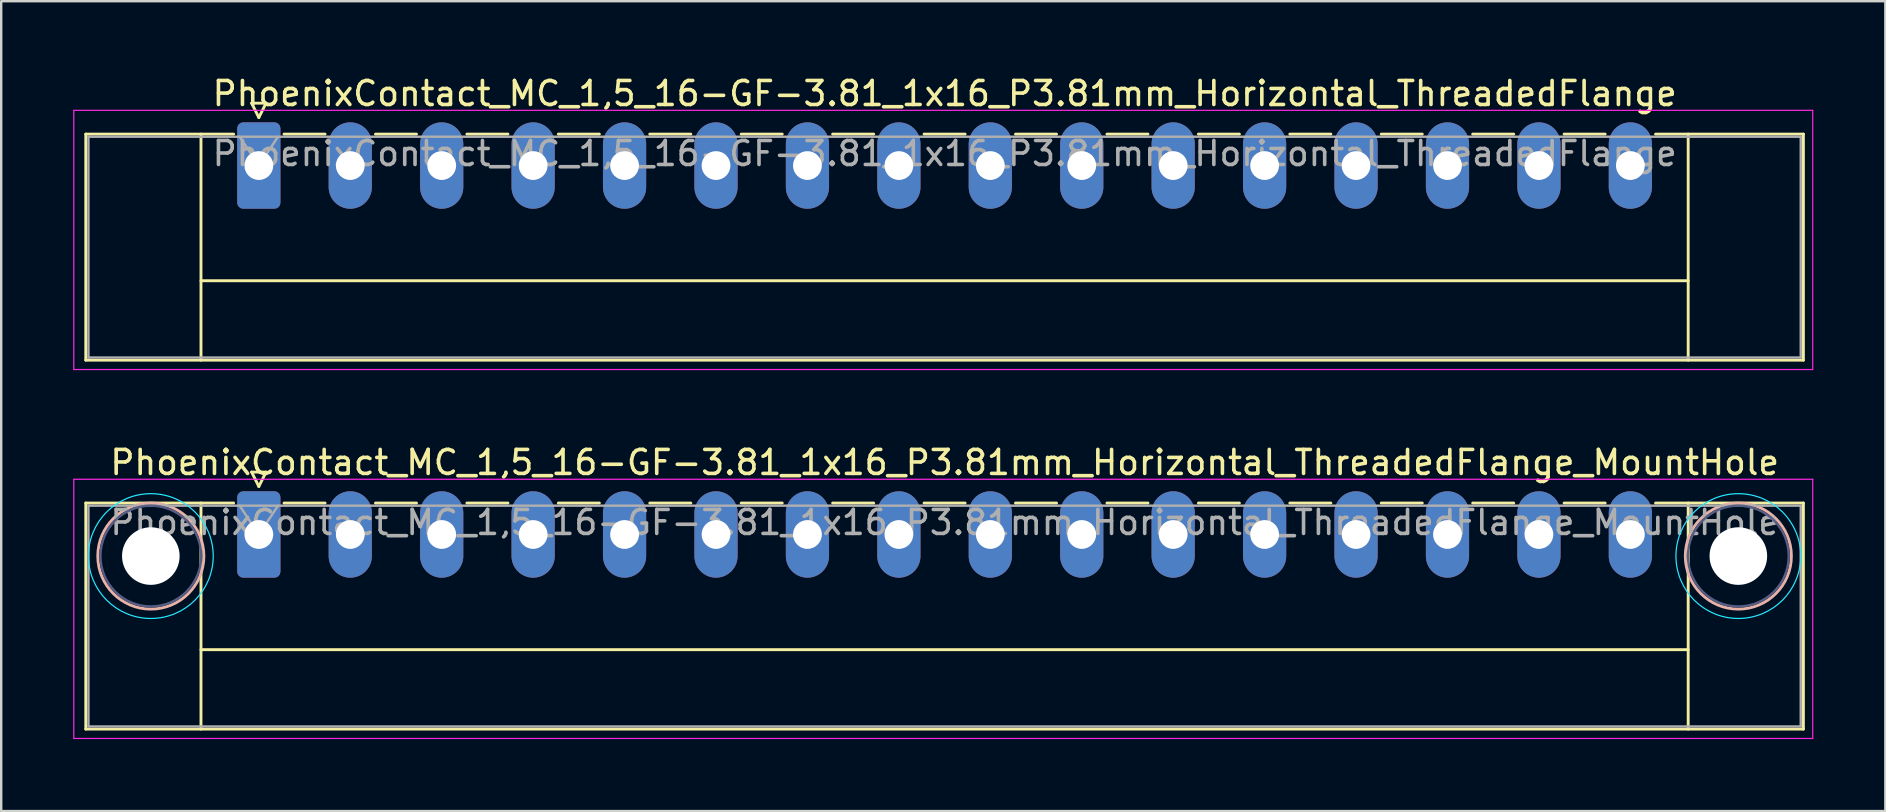
<source format=kicad_pcb>
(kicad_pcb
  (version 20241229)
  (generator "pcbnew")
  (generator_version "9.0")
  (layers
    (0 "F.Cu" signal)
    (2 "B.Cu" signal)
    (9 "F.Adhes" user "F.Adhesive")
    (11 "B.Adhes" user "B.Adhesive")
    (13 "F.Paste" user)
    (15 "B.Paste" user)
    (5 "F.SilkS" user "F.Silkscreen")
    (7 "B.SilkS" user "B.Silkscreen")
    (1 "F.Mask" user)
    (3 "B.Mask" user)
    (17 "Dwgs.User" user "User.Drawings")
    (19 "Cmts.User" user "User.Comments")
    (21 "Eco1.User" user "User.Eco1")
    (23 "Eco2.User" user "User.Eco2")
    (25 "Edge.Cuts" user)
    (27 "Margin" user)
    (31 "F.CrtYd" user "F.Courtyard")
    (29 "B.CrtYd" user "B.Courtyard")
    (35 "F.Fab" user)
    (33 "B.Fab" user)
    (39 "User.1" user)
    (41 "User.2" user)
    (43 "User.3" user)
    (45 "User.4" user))
  (footprint "PhoenixContact_MC_1,5_16-GF-3.81_1x16_P3.81mm_Horizontal_ThreadedFlange_MountHole"
    (layer "F.Cu")
    (at 7.735 19.221)
    (property "Reference" "PhoenixContact_MC_1,5_16-GF-3.81_1x16_P3.81mm_Horizontal_ThreadedFlange_MountHole" (at 28.58 -3 0) (layer "F.SilkS") (effects (font (size 1 1) (thickness 0.15))))
    (attr through_hole)
    (fp_line (start -7.21 -1.31) (end -7.21 8.11) (stroke (width 0.12) (type solid)) (layer "F.SilkS"))
    (fp_line (start -7.21 -1.31) (end -1.05 -1.31) (stroke (width 0.12) (type solid)) (layer "F.SilkS"))
    (fp_line (start -7.21 8.11) (end 64.36 8.11) (stroke (width 0.12) (type solid)) (layer "F.SilkS"))
    (fp_line (start -2.41 -1.31) (end -2.41 8.11) (stroke (width 0.12) (type solid)) (layer "F.SilkS"))
    (fp_line (start -2.41 4.8) (end 59.56 4.8) (stroke (width 0.12) (type solid)) (layer "F.SilkS"))
    (fp_line (start -0.3 -2.6) (end 0.3 -2.6) (stroke (width 0.12) (type solid)) (layer "F.SilkS"))
    (fp_line (start 0 -2) (end -0.3 -2.6) (stroke (width 0.12) (type solid)) (layer "F.SilkS"))
    (fp_line (start 0.3 -2.6) (end 0 -2) (stroke (width 0.12) (type solid)) (layer "F.SilkS"))
    (fp_line (start 1.05 -1.31) (end 2.76 -1.31) (stroke (width 0.12) (type solid)) (layer "F.SilkS"))
    (fp_line (start 4.86 -1.31) (end 6.57 -1.31) (stroke (width 0.12) (type solid)) (layer "F.SilkS"))
    (fp_line (start 8.67 -1.31) (end 10.38 -1.31) (stroke (width 0.12) (type solid)) (layer "F.SilkS"))
    (fp_line (start 12.48 -1.31) (end 14.19 -1.31) (stroke (width 0.12) (type solid)) (layer "F.SilkS"))
    (fp_line (start 16.29 -1.31) (end 18 -1.31) (stroke (width 0.12) (type solid)) (layer "F.SilkS"))
    (fp_line (start 20.1 -1.31) (end 21.81 -1.31) (stroke (width 0.12) (type solid)) (layer "F.SilkS"))
    (fp_line (start 23.91 -1.31) (end 25.62 -1.31) (stroke (width 0.12) (type solid)) (layer "F.SilkS"))
    (fp_line (start 27.72 -1.31) (end 29.43 -1.31) (stroke (width 0.12) (type solid)) (layer "F.SilkS"))
    (fp_line (start 31.53 -1.31) (end 33.24 -1.31) (stroke (width 0.12) (type solid)) (layer "F.SilkS"))
    (fp_line (start 35.34 -1.31) (end 37.05 -1.31) (stroke (width 0.12) (type solid)) (layer "F.SilkS"))
    (fp_line (start 39.15 -1.31) (end 40.86 -1.31) (stroke (width 0.12) (type solid)) (layer "F.SilkS"))
    (fp_line (start 42.96 -1.31) (end 44.67 -1.31) (stroke (width 0.12) (type solid)) (layer "F.SilkS"))
    (fp_line (start 46.77 -1.31) (end 48.48 -1.31) (stroke (width 0.12) (type solid)) (layer "F.SilkS"))
    (fp_line (start 50.58 -1.31) (end 52.29 -1.31) (stroke (width 0.12) (type solid)) (layer "F.SilkS"))
    (fp_line (start 54.39 -1.31) (end 56.1 -1.31) (stroke (width 0.12) (type solid)) (layer "F.SilkS"))
    (fp_line (start 59.56 -1.31) (end 59.56 8.11) (stroke (width 0.12) (type solid)) (layer "F.SilkS"))
    (fp_line (start 64.36 -1.31) (end 58.2 -1.31) (stroke (width 0.12) (type solid)) (layer "F.SilkS"))
    (fp_line (start 64.36 8.11) (end 64.36 -1.31) (stroke (width 0.12) (type solid)) (layer "F.SilkS"))
    (fp_circle (center -4.5 0.9) (end -2.29 0.9) (stroke (width 0.12) (type solid)) (fill no) (layer "B.SilkS"))
    (fp_circle (center 61.65 0.9) (end 63.86 0.9) (stroke (width 0.12) (type solid)) (fill no) (layer "B.SilkS"))
    (fp_circle (center -4.5 0.9) (end -1.9 0.9) (stroke (width 0.05) (type solid)) (fill no) (layer "B.CrtYd"))
    (fp_circle (center 61.65 0.9) (end 64.25 0.9) (stroke (width 0.05) (type solid)) (fill no) (layer "B.CrtYd"))
    (fp_line (start -7.71 -2.3) (end -7.71 8.5) (stroke (width 0.05) (type solid)) (layer "F.CrtYd"))
    (fp_line (start -7.71 8.5) (end 64.75 8.5) (stroke (width 0.05) (type solid)) (layer "F.CrtYd"))
    (fp_line (start 64.75 -2.3) (end -7.71 -2.3) (stroke (width 0.05) (type solid)) (layer "F.CrtYd"))
    (fp_line (start 64.75 8.5) (end 64.75 -2.3) (stroke (width 0.05) (type solid)) (layer "F.CrtYd"))
    (fp_circle (center -4.5 0.9) (end -2.4 0.9) (stroke (width 0.1) (type solid)) (fill no) (layer "B.Fab"))
    (fp_circle (center 61.65 0.9) (end 63.75 0.9) (stroke (width 0.1) (type solid)) (fill no) (layer "B.Fab"))
    (fp_line (start -7.1 -1.2) (end -7.1 8) (stroke (width 0.1) (type solid)) (layer "F.Fab"))
    (fp_line (start -7.1 8) (end 64.25 8) (stroke (width 0.1) (type solid)) (layer "F.Fab"))
    (fp_line (start 0 0) (end -0.8 -1.2) (stroke (width 0.1) (type solid)) (layer "F.Fab"))
    (fp_line (start 0.8 -1.2) (end 0 0) (stroke (width 0.1) (type solid)) (layer "F.Fab"))
    (fp_line (start 64.25 -1.2) (end -7.1 -1.2) (stroke (width 0.1) (type solid)) (layer "F.Fab"))
    (fp_line (start 64.25 8) (end 64.25 -1.2) (stroke (width 0.1) (type solid)) (layer "F.Fab"))
    (fp_text user "${REFERENCE}" (at 28.58 -0.5 0) (layer "F.Fab") (effects (font (size 1 1) (thickness 0.15))))
    (pad "" np_thru_hole circle (at -4.5 0.9) (size 2.4 2.4) (drill 2.4) (layers "*.Cu" "*.Mask"))
    (pad "" np_thru_hole circle (at 61.65 0.9) (size 2.4 2.4) (drill 2.4) (layers "*.Cu" "*.Mask"))
    (pad "1" thru_hole roundrect (at 0 0) (size 1.8 3.6) (drill 1.2) (layers "*.Cu" "*.Mask") (roundrect_rratio 0.139))
    (pad "2" thru_hole oval (at 3.81 0) (size 1.8 3.6) (drill 1.2) (layers "*.Cu" "*.Mask"))
    (pad "3" thru_hole oval (at 7.62 0) (size 1.8 3.6) (drill 1.2) (layers "*.Cu" "*.Mask"))
    (pad "4" thru_hole oval (at 11.43 0) (size 1.8 3.6) (drill 1.2) (layers "*.Cu" "*.Mask"))
    (pad "5" thru_hole oval (at 15.24 0) (size 1.8 3.6) (drill 1.2) (layers "*.Cu" "*.Mask"))
    (pad "6" thru_hole oval (at 19.05 0) (size 1.8 3.6) (drill 1.2) (layers "*.Cu" "*.Mask"))
    (pad "7" thru_hole oval (at 22.86 0) (size 1.8 3.6) (drill 1.2) (layers "*.Cu" "*.Mask"))
    (pad "8" thru_hole oval (at 26.67 0) (size 1.8 3.6) (drill 1.2) (layers "*.Cu" "*.Mask"))
    (pad "9" thru_hole oval (at 30.48 0) (size 1.8 3.6) (drill 1.2) (layers "*.Cu" "*.Mask"))
    (pad "10" thru_hole oval (at 34.29 0) (size 1.8 3.6) (drill 1.2) (layers "*.Cu" "*.Mask"))
    (pad "11" thru_hole oval (at 38.1 0) (size 1.8 3.6) (drill 1.2) (layers "*.Cu" "*.Mask"))
    (pad "12" thru_hole oval (at 41.91 0) (size 1.8 3.6) (drill 1.2) (layers "*.Cu" "*.Mask"))
    (pad "13" thru_hole oval (at 45.72 0) (size 1.8 3.6) (drill 1.2) (layers "*.Cu" "*.Mask"))
    (pad "14" thru_hole oval (at 49.53 0) (size 1.8 3.6) (drill 1.2) (layers "*.Cu" "*.Mask"))
    (pad "15" thru_hole oval (at 53.34 0) (size 1.8 3.6) (drill 1.2) (layers "*.Cu" "*.Mask"))
    (pad "16" thru_hole oval (at 57.15 0) (size 1.8 3.6) (drill 1.2) (layers "*.Cu" "*.Mask")))
  (footprint "PhoenixContact_MC_1,5_16-GF-3.81_1x16_P3.81mm_Horizontal_ThreadedFlange"
    (layer "F.Cu")
    (at 7.735 3.848)
    (property "Reference" "PhoenixContact_MC_1,5_16-GF-3.81_1x16_P3.81mm_Horizontal_ThreadedFlange" (at 28.58 -3 0) (layer "F.SilkS") (effects (font (size 1 1) (thickness 0.15))))
    (attr through_hole)
    (fp_line (start -7.21 -1.31) (end -7.21 8.11) (stroke (width 0.12) (type solid)) (layer "F.SilkS"))
    (fp_line (start -7.21 -1.31) (end -1.05 -1.31) (stroke (width 0.12) (type solid)) (layer "F.SilkS"))
    (fp_line (start -7.21 8.11) (end 64.36 8.11) (stroke (width 0.12) (type solid)) (layer "F.SilkS"))
    (fp_line (start -2.41 -1.31) (end -2.41 8.11) (stroke (width 0.12) (type solid)) (layer "F.SilkS"))
    (fp_line (start -2.41 4.8) (end 59.56 4.8) (stroke (width 0.12) (type solid)) (layer "F.SilkS"))
    (fp_line (start -0.3 -2.6) (end 0.3 -2.6) (stroke (width 0.12) (type solid)) (layer "F.SilkS"))
    (fp_line (start 0 -2) (end -0.3 -2.6) (stroke (width 0.12) (type solid)) (layer "F.SilkS"))
    (fp_line (start 0.3 -2.6) (end 0 -2) (stroke (width 0.12) (type solid)) (layer "F.SilkS"))
    (fp_line (start 1.05 -1.31) (end 2.76 -1.31) (stroke (width 0.12) (type solid)) (layer "F.SilkS"))
    (fp_line (start 4.86 -1.31) (end 6.57 -1.31) (stroke (width 0.12) (type solid)) (layer "F.SilkS"))
    (fp_line (start 8.67 -1.31) (end 10.38 -1.31) (stroke (width 0.12) (type solid)) (layer "F.SilkS"))
    (fp_line (start 12.48 -1.31) (end 14.19 -1.31) (stroke (width 0.12) (type solid)) (layer "F.SilkS"))
    (fp_line (start 16.29 -1.31) (end 18 -1.31) (stroke (width 0.12) (type solid)) (layer "F.SilkS"))
    (fp_line (start 20.1 -1.31) (end 21.81 -1.31) (stroke (width 0.12) (type solid)) (layer "F.SilkS"))
    (fp_line (start 23.91 -1.31) (end 25.62 -1.31) (stroke (width 0.12) (type solid)) (layer "F.SilkS"))
    (fp_line (start 27.72 -1.31) (end 29.43 -1.31) (stroke (width 0.12) (type solid)) (layer "F.SilkS"))
    (fp_line (start 31.53 -1.31) (end 33.24 -1.31) (stroke (width 0.12) (type solid)) (layer "F.SilkS"))
    (fp_line (start 35.34 -1.31) (end 37.05 -1.31) (stroke (width 0.12) (type solid)) (layer "F.SilkS"))
    (fp_line (start 39.15 -1.31) (end 40.86 -1.31) (stroke (width 0.12) (type solid)) (layer "F.SilkS"))
    (fp_line (start 42.96 -1.31) (end 44.67 -1.31) (stroke (width 0.12) (type solid)) (layer "F.SilkS"))
    (fp_line (start 46.77 -1.31) (end 48.48 -1.31) (stroke (width 0.12) (type solid)) (layer "F.SilkS"))
    (fp_line (start 50.58 -1.31) (end 52.29 -1.31) (stroke (width 0.12) (type solid)) (layer "F.SilkS"))
    (fp_line (start 54.39 -1.31) (end 56.1 -1.31) (stroke (width 0.12) (type solid)) (layer "F.SilkS"))
    (fp_line (start 59.56 -1.31) (end 59.56 8.11) (stroke (width 0.12) (type solid)) (layer "F.SilkS"))
    (fp_line (start 64.36 -1.31) (end 58.2 -1.31) (stroke (width 0.12) (type solid)) (layer "F.SilkS"))
    (fp_line (start 64.36 8.11) (end 64.36 -1.31) (stroke (width 0.12) (type solid)) (layer "F.SilkS"))
    (fp_line (start -7.71 -2.3) (end -7.71 8.5) (stroke (width 0.05) (type solid)) (layer "F.CrtYd"))
    (fp_line (start -7.71 8.5) (end 64.75 8.5) (stroke (width 0.05) (type solid)) (layer "F.CrtYd"))
    (fp_line (start 64.75 -2.3) (end -7.71 -2.3) (stroke (width 0.05) (type solid)) (layer "F.CrtYd"))
    (fp_line (start 64.75 8.5) (end 64.75 -2.3) (stroke (width 0.05) (type solid)) (layer "F.CrtYd"))
    (fp_line (start -7.1 -1.2) (end -7.1 8) (stroke (width 0.1) (type solid)) (layer "F.Fab"))
    (fp_line (start -7.1 8) (end 64.25 8) (stroke (width 0.1) (type solid)) (layer "F.Fab"))
    (fp_line (start 0 0) (end -0.8 -1.2) (stroke (width 0.1) (type solid)) (layer "F.Fab"))
    (fp_line (start 0.8 -1.2) (end 0 0) (stroke (width 0.1) (type solid)) (layer "F.Fab"))
    (fp_line (start 64.25 -1.2) (end -7.1 -1.2) (stroke (width 0.1) (type solid)) (layer "F.Fab"))
    (fp_line (start 64.25 8) (end 64.25 -1.2) (stroke (width 0.1) (type solid)) (layer "F.Fab"))
    (fp_text user "${REFERENCE}" (at 28.58 -0.5 0) (layer "F.Fab") (effects (font (size 1 1) (thickness 0.15))))
    (pad "1" thru_hole roundrect (at 0 0) (size 1.8 3.6) (drill 1.2) (layers "*.Cu" "*.Mask") (roundrect_rratio 0.139))
    (pad "2" thru_hole oval (at 3.81 0) (size 1.8 3.6) (drill 1.2) (layers "*.Cu" "*.Mask"))
    (pad "3" thru_hole oval (at 7.62 0) (size 1.8 3.6) (drill 1.2) (layers "*.Cu" "*.Mask"))
    (pad "4" thru_hole oval (at 11.43 0) (size 1.8 3.6) (drill 1.2) (layers "*.Cu" "*.Mask"))
    (pad "5" thru_hole oval (at 15.24 0) (size 1.8 3.6) (drill 1.2) (layers "*.Cu" "*.Mask"))
    (pad "6" thru_hole oval (at 19.05 0) (size 1.8 3.6) (drill 1.2) (layers "*.Cu" "*.Mask"))
    (pad "7" thru_hole oval (at 22.86 0) (size 1.8 3.6) (drill 1.2) (layers "*.Cu" "*.Mask"))
    (pad "8" thru_hole oval (at 26.67 0) (size 1.8 3.6) (drill 1.2) (layers "*.Cu" "*.Mask"))
    (pad "9" thru_hole oval (at 30.48 0) (size 1.8 3.6) (drill 1.2) (layers "*.Cu" "*.Mask"))
    (pad "10" thru_hole oval (at 34.29 0) (size 1.8 3.6) (drill 1.2) (layers "*.Cu" "*.Mask"))
    (pad "11" thru_hole oval (at 38.1 0) (size 1.8 3.6) (drill 1.2) (layers "*.Cu" "*.Mask"))
    (pad "12" thru_hole oval (at 41.91 0) (size 1.8 3.6) (drill 1.2) (layers "*.Cu" "*.Mask"))
    (pad "13" thru_hole oval (at 45.72 0) (size 1.8 3.6) (drill 1.2) (layers "*.Cu" "*.Mask"))
    (pad "14" thru_hole oval (at 49.53 0) (size 1.8 3.6) (drill 1.2) (layers "*.Cu" "*.Mask"))
    (pad "15" thru_hole oval (at 53.34 0) (size 1.8 3.6) (drill 1.2) (layers "*.Cu" "*.Mask"))
    (pad "16" thru_hole oval (at 57.15 0) (size 1.8 3.6) (drill 1.2) (layers "*.Cu" "*.Mask")))
  (gr_rect
    (start -3 -3)
    (end 75.51 30.747)
    (stroke (width 0.1) (type default))
    (fill no)
    (layer "Edge.Cuts")))
</source>
